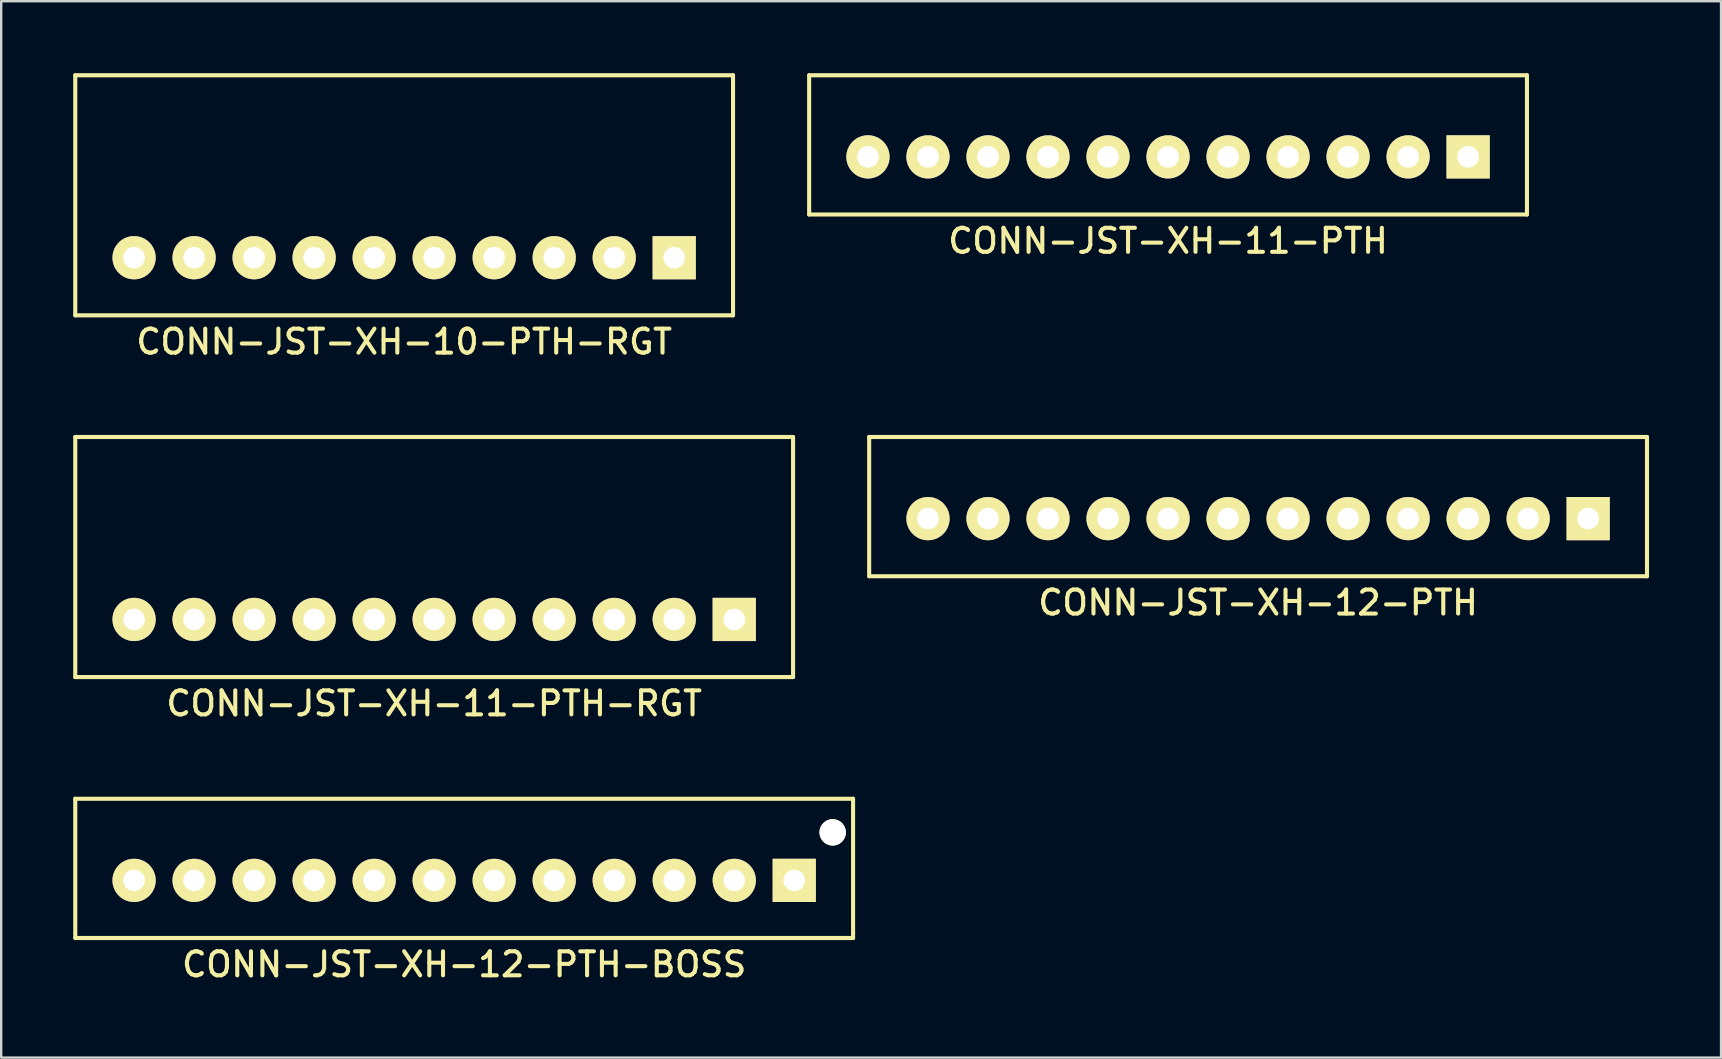
<source format=kicad_pcb>
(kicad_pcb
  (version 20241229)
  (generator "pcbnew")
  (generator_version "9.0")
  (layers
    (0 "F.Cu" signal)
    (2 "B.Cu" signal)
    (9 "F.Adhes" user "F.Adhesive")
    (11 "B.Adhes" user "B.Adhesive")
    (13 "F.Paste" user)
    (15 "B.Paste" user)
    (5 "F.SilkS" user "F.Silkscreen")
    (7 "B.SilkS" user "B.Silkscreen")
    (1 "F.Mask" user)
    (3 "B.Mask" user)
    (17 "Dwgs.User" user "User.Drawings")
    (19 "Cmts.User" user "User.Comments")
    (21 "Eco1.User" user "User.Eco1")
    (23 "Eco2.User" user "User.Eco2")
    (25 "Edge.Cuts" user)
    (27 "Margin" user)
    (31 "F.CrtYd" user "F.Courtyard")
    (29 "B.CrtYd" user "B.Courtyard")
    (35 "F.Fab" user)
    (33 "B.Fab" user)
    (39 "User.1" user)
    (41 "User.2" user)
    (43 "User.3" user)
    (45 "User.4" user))
  (footprint "CONN-JST-XH-11-PTH-RGT"
    (layer "F.Cu")
    (at 15.035 22.753)
    (property "Reference" "CONN-JST-XH-11-PTH-RGT" (at 0 3.5 0) (layer "F.SilkS") (effects (font (size 1 1) (thickness 0.17))))
    (attr through_hole)
    (fp_line (start -14.95 -7.6) (end 14.95 -7.6) (stroke (width 0.17) (type solid)) (layer "F.SilkS"))
    (fp_line (start -14.95 2.4) (end -14.95 -7.6) (stroke (width 0.17) (type solid)) (layer "F.SilkS"))
    (fp_line (start -14.95 2.4) (end 14.95 2.4) (stroke (width 0.17) (type solid)) (layer "F.SilkS"))
    (fp_line (start 14.95 2.4) (end 14.95 -7.6) (stroke (width 0.17) (type solid)) (layer "F.SilkS"))
    (pad "1" thru_hole rect (at 12.5 0) (size 1.8 1.8) (drill 0.9) (layers "*.Cu" "*.Mask" "F.SilkS"))
    (pad "2" thru_hole circle (at 10 0) (size 1.8 1.8) (drill 0.9) (layers "*.Cu" "*.Mask" "F.SilkS"))
    (pad "3" thru_hole circle (at 7.5 0) (size 1.8 1.8) (drill 0.9) (layers "*.Cu" "*.Mask" "F.SilkS"))
    (pad "4" thru_hole circle (at 5 0) (size 1.8 1.8) (drill 0.9) (layers "*.Cu" "*.Mask" "F.SilkS"))
    (pad "5" thru_hole circle (at 2.5 0) (size 1.8 1.8) (drill 0.9) (layers "*.Cu" "*.Mask" "F.SilkS"))
    (pad "6" thru_hole circle (at 0 0) (size 1.8 1.8) (drill 0.9) (layers "*.Cu" "*.Mask" "F.SilkS"))
    (pad "7" thru_hole circle (at -2.5 0) (size 1.8 1.8) (drill 0.9) (layers "*.Cu" "*.Mask" "F.SilkS"))
    (pad "8" thru_hole circle (at -5 0) (size 1.8 1.8) (drill 0.9) (layers "*.Cu" "*.Mask" "F.SilkS"))
    (pad "9" thru_hole circle (at -7.5 0) (size 1.8 1.8) (drill 0.9) (layers "*.Cu" "*.Mask" "F.SilkS"))
    (pad "10" thru_hole circle (at -10 0) (size 1.8 1.8) (drill 0.9) (layers "*.Cu" "*.Mask" "F.SilkS"))
    (pad "11" thru_hole circle (at -12.5 0) (size 1.8 1.8) (drill 0.9) (layers "*.Cu" "*.Mask" "F.SilkS")))
  (footprint "CONN-JST-XH-10-PTH-RGT"
    (layer "F.Cu")
    (at 13.785 7.685)
    (property "Reference" "CONN-JST-XH-10-PTH-RGT" (at 0 3.5 0) (layer "F.SilkS") (effects (font (size 1 1) (thickness 0.17))))
    (attr through_hole)
    (fp_line (start -13.7 -7.6) (end 13.7 -7.6) (stroke (width 0.17) (type solid)) (layer "F.SilkS"))
    (fp_line (start -13.7 2.4) (end -13.7 -7.6) (stroke (width 0.17) (type solid)) (layer "F.SilkS"))
    (fp_line (start -13.7 2.4) (end 13.7 2.4) (stroke (width 0.17) (type solid)) (layer "F.SilkS"))
    (fp_line (start 13.7 2.4) (end 13.7 -7.6) (stroke (width 0.17) (type solid)) (layer "F.SilkS"))
    (pad "1" thru_hole rect (at 11.25 0) (size 1.8 1.8) (drill 0.9) (layers "*.Cu" "*.Mask" "F.SilkS"))
    (pad "2" thru_hole circle (at 8.75 0) (size 1.8 1.8) (drill 0.9) (layers "*.Cu" "*.Mask" "F.SilkS"))
    (pad "3" thru_hole circle (at 6.25 0) (size 1.8 1.8) (drill 0.9) (layers "*.Cu" "*.Mask" "F.SilkS"))
    (pad "4" thru_hole circle (at 3.75 0) (size 1.8 1.8) (drill 0.9) (layers "*.Cu" "*.Mask" "F.SilkS"))
    (pad "5" thru_hole circle (at 1.25 0) (size 1.8 1.8) (drill 0.9) (layers "*.Cu" "*.Mask" "F.SilkS"))
    (pad "6" thru_hole circle (at -1.25 0) (size 1.8 1.8) (drill 0.9) (layers "*.Cu" "*.Mask" "F.SilkS"))
    (pad "7" thru_hole circle (at -3.75 0) (size 1.8 1.8) (drill 0.9) (layers "*.Cu" "*.Mask" "F.SilkS"))
    (pad "8" thru_hole circle (at -6.25 0) (size 1.8 1.8) (drill 0.9) (layers "*.Cu" "*.Mask" "F.SilkS"))
    (pad "9" thru_hole circle (at -8.75 0) (size 1.8 1.8) (drill 0.9) (layers "*.Cu" "*.Mask" "F.SilkS"))
    (pad "10" thru_hole circle (at -11.25 0) (size 1.8 1.8) (drill 0.9) (layers "*.Cu" "*.Mask" "F.SilkS")))
  (footprint "CONN-JST-XH-12-PTH"
    (layer "F.Cu")
    (at 49.355 18.553)
    (property "Reference" "CONN-JST-XH-12-PTH" (at 0 3.5 0) (layer "F.SilkS") (effects (font (size 1 1) (thickness 0.17))))
    (attr through_hole)
    (fp_line (start -16.2 -3.4) (end 16.2 -3.4) (stroke (width 0.17) (type solid)) (layer "F.SilkS"))
    (fp_line (start -16.2 2.4) (end -16.2 -3.4) (stroke (width 0.17) (type solid)) (layer "F.SilkS"))
    (fp_line (start -16.2 2.4) (end 16.2 2.4) (stroke (width 0.17) (type solid)) (layer "F.SilkS"))
    (fp_line (start 16.2 2.4) (end 16.2 -3.4) (stroke (width 0.17) (type solid)) (layer "F.SilkS"))
    (pad "1" thru_hole rect (at 13.75 0) (size 1.8 1.8) (drill 0.9) (layers "*.Cu" "*.Mask" "F.SilkS"))
    (pad "2" thru_hole circle (at 11.25 0) (size 1.8 1.8) (drill 0.9) (layers "*.Cu" "*.Mask" "F.SilkS"))
    (pad "3" thru_hole circle (at 8.75 0) (size 1.8 1.8) (drill 0.9) (layers "*.Cu" "*.Mask" "F.SilkS"))
    (pad "4" thru_hole circle (at 6.25 0) (size 1.8 1.8) (drill 0.9) (layers "*.Cu" "*.Mask" "F.SilkS"))
    (pad "5" thru_hole circle (at 3.75 0) (size 1.8 1.8) (drill 0.9) (layers "*.Cu" "*.Mask" "F.SilkS"))
    (pad "6" thru_hole circle (at 1.25 0) (size 1.8 1.8) (drill 0.9) (layers "*.Cu" "*.Mask" "F.SilkS"))
    (pad "7" thru_hole circle (at -1.25 0) (size 1.8 1.8) (drill 0.9) (layers "*.Cu" "*.Mask" "F.SilkS"))
    (pad "8" thru_hole circle (at -3.75 0) (size 1.8 1.8) (drill 0.9) (layers "*.Cu" "*.Mask" "F.SilkS"))
    (pad "9" thru_hole circle (at -6.25 0) (size 1.8 1.8) (drill 0.9) (layers "*.Cu" "*.Mask" "F.SilkS"))
    (pad "10" thru_hole circle (at -8.75 0) (size 1.8 1.8) (drill 0.9) (layers "*.Cu" "*.Mask" "F.SilkS"))
    (pad "11" thru_hole circle (at -11.25 0) (size 1.8 1.8) (drill 0.9) (layers "*.Cu" "*.Mask" "F.SilkS"))
    (pad "12" thru_hole circle (at -13.75 0) (size 1.8 1.8) (drill 0.9) (layers "*.Cu" "*.Mask" "F.SilkS")))
  (footprint "CONN-JST-XH-11-PTH"
    (layer "F.Cu")
    (at 45.605 3.485)
    (property "Reference" "CONN-JST-XH-11-PTH" (at 0 3.5 0) (layer "F.SilkS") (effects (font (size 1 1) (thickness 0.17))))
    (attr through_hole)
    (fp_line (start -14.95 -3.4) (end 14.95 -3.4) (stroke (width 0.17) (type solid)) (layer "F.SilkS"))
    (fp_line (start -14.95 2.4) (end -14.95 -3.4) (stroke (width 0.17) (type solid)) (layer "F.SilkS"))
    (fp_line (start -14.95 2.4) (end 14.95 2.4) (stroke (width 0.17) (type solid)) (layer "F.SilkS"))
    (fp_line (start 14.95 2.4) (end 14.95 -3.4) (stroke (width 0.17) (type solid)) (layer "F.SilkS"))
    (pad "1" thru_hole rect (at 12.5 0) (size 1.8 1.8) (drill 0.9) (layers "*.Cu" "*.Mask" "F.SilkS"))
    (pad "2" thru_hole circle (at 10 0) (size 1.8 1.8) (drill 0.9) (layers "*.Cu" "*.Mask" "F.SilkS"))
    (pad "3" thru_hole circle (at 7.5 0) (size 1.8 1.8) (drill 0.9) (layers "*.Cu" "*.Mask" "F.SilkS"))
    (pad "4" thru_hole circle (at 5 0) (size 1.8 1.8) (drill 0.9) (layers "*.Cu" "*.Mask" "F.SilkS"))
    (pad "5" thru_hole circle (at 2.5 0) (size 1.8 1.8) (drill 0.9) (layers "*.Cu" "*.Mask" "F.SilkS"))
    (pad "6" thru_hole circle (at 0 0) (size 1.8 1.8) (drill 0.9) (layers "*.Cu" "*.Mask" "F.SilkS"))
    (pad "7" thru_hole circle (at -2.5 0) (size 1.8 1.8) (drill 0.9) (layers "*.Cu" "*.Mask" "F.SilkS"))
    (pad "8" thru_hole circle (at -5 0) (size 1.8 1.8) (drill 0.9) (layers "*.Cu" "*.Mask" "F.SilkS"))
    (pad "9" thru_hole circle (at -7.5 0) (size 1.8 1.8) (drill 0.9) (layers "*.Cu" "*.Mask" "F.SilkS"))
    (pad "10" thru_hole circle (at -10 0) (size 1.8 1.8) (drill 0.9) (layers "*.Cu" "*.Mask" "F.SilkS"))
    (pad "11" thru_hole circle (at -12.5 0) (size 1.8 1.8) (drill 0.9) (layers "*.Cu" "*.Mask" "F.SilkS")))
  (footprint "CONN-JST-XH-12-PTH-BOSS"
    (layer "F.Cu")
    (at 16.285 33.622)
    (property "Reference" "CONN-JST-XH-12-PTH-BOSS" (at 0 3.5 0) (layer "F.SilkS") (effects (font (size 1 1) (thickness 0.17))))
    (attr through_hole)
    (fp_line (start -16.2 -3.4) (end 16.2 -3.4) (stroke (width 0.17) (type solid)) (layer "F.SilkS"))
    (fp_line (start -16.2 2.4) (end -16.2 -3.4) (stroke (width 0.17) (type solid)) (layer "F.SilkS"))
    (fp_line (start -16.2 2.4) (end 16.2 2.4) (stroke (width 0.17) (type solid)) (layer "F.SilkS"))
    (fp_line (start 16.2 2.4) (end 16.2 -3.4) (stroke (width 0.17) (type solid)) (layer "F.SilkS"))
    (pad "" np_thru_hole circle (at 15.35 -2) (size 1.1 1.1) (drill 1.1) (layers "*.Cu" "*.Mask" "F.SilkS"))
    (pad "1" thru_hole rect (at 13.75 0) (size 1.8 1.8) (drill 0.9) (layers "*.Cu" "*.Mask" "F.SilkS"))
    (pad "2" thru_hole circle (at 11.25 0) (size 1.8 1.8) (drill 0.9) (layers "*.Cu" "*.Mask" "F.SilkS"))
    (pad "3" thru_hole circle (at 8.75 0) (size 1.8 1.8) (drill 0.9) (layers "*.Cu" "*.Mask" "F.SilkS"))
    (pad "4" thru_hole circle (at 6.25 0) (size 1.8 1.8) (drill 0.9) (layers "*.Cu" "*.Mask" "F.SilkS"))
    (pad "5" thru_hole circle (at 3.75 0) (size 1.8 1.8) (drill 0.9) (layers "*.Cu" "*.Mask" "F.SilkS"))
    (pad "6" thru_hole circle (at 1.25 0) (size 1.8 1.8) (drill 0.9) (layers "*.Cu" "*.Mask" "F.SilkS"))
    (pad "7" thru_hole circle (at -1.25 0) (size 1.8 1.8) (drill 0.9) (layers "*.Cu" "*.Mask" "F.SilkS"))
    (pad "8" thru_hole circle (at -3.75 0) (size 1.8 1.8) (drill 0.9) (layers "*.Cu" "*.Mask" "F.SilkS"))
    (pad "9" thru_hole circle (at -6.25 0) (size 1.8 1.8) (drill 0.9) (layers "*.Cu" "*.Mask" "F.SilkS"))
    (pad "10" thru_hole circle (at -8.75 0) (size 1.8 1.8) (drill 0.9) (layers "*.Cu" "*.Mask" "F.SilkS"))
    (pad "11" thru_hole circle (at -11.25 0) (size 1.8 1.8) (drill 0.9) (layers "*.Cu" "*.Mask" "F.SilkS"))
    (pad "12" thru_hole circle (at -13.75 0) (size 1.8 1.8) (drill 0.9) (layers "*.Cu" "*.Mask" "F.SilkS")))
  (gr_rect
    (start -3 -3)
    (end 68.64 41.005)
    (stroke (width 0.1) (type default))
    (fill no)
    (layer "Edge.Cuts")))
</source>
